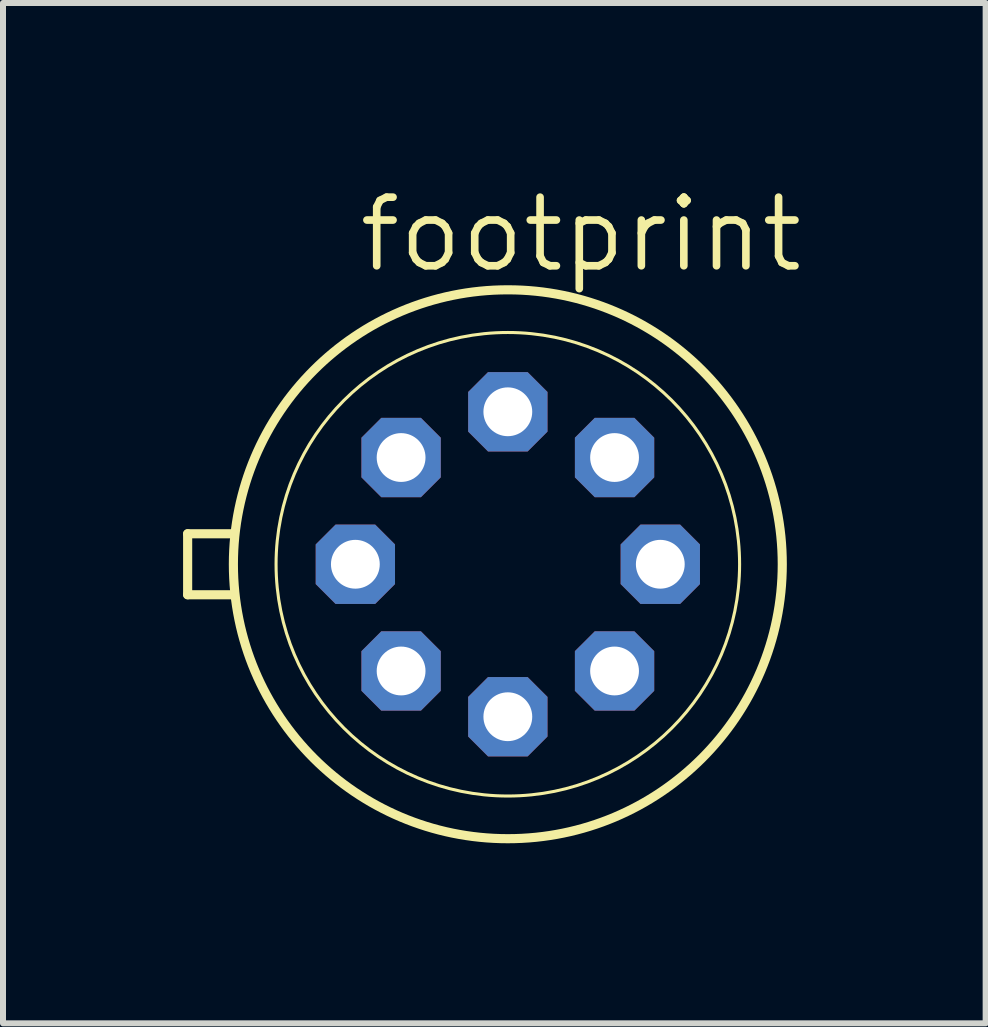
<source format=kicad_pcb>
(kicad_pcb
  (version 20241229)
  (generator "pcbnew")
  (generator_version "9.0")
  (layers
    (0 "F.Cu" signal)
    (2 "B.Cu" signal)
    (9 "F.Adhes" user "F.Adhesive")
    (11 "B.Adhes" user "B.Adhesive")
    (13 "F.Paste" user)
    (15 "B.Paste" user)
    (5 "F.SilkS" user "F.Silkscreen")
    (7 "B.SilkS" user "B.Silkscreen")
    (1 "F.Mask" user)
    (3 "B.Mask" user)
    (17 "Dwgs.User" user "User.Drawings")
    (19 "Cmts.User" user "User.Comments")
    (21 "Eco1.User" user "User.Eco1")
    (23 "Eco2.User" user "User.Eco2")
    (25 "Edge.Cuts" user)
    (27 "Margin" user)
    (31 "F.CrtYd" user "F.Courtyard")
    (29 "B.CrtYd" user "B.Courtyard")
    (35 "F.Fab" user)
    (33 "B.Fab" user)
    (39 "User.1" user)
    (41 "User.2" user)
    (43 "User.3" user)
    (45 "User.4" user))
  (footprint "footprint"
    (layer "F.Cu")
    (at 5.41 6.35)
    (property "Reference" "footprint" (at -2.54 -4.826 0) (layer "F.SilkS") (effects (font (size 1.143 1.143) (thickness 0.127)) (justify left bottom)))
    (fp_line (start -5.334 0.508) (end -5.334 -0.508) (stroke (width 0.152) (type solid)) (layer "F.SilkS"))
    (fp_line (start -5.334 0.508) (end -4.572 0.508) (stroke (width 0.152) (type solid)) (layer "F.SilkS"))
    (fp_line (start -4.572 -0.508) (end -5.334 -0.508) (stroke (width 0.152) (type solid)) (layer "F.SilkS"))
    (fp_circle (center 0 0) (end 3.861 0) (stroke (width 0.051) (type solid)) (fill no) (layer "F.SilkS"))
    (fp_circle (center 0 0) (end 4.572 0) (stroke (width 0.152) (type solid)) (fill no) (layer "F.SilkS"))
    (pad "1" thru_hole roundrect (at -1.778 1.778) (size 1.321 1.321) (drill 0.813) (layers "*.Cu" "*.Mask") (roundrect_rratio 0.25) (chamfer_ratio 0.25) (chamfer top_left top_right bottom_left bottom_right))
    (pad "2" thru_hole roundrect (at 0 2.54) (size 1.321 1.321) (drill 0.813) (layers "*.Cu" "*.Mask") (roundrect_rratio 0.25) (chamfer_ratio 0.25) (chamfer top_left top_right bottom_left bottom_right))
    (pad "3" thru_hole roundrect (at 1.778 1.778) (size 1.321 1.321) (drill 0.813) (layers "*.Cu" "*.Mask") (roundrect_rratio 0.25) (chamfer_ratio 0.25) (chamfer top_left top_right bottom_left bottom_right))
    (pad "4" thru_hole roundrect (at 2.54 0) (size 1.321 1.321) (drill 0.813) (layers "*.Cu" "*.Mask") (roundrect_rratio 0.25) (chamfer_ratio 0.25) (chamfer top_left top_right bottom_left bottom_right))
    (pad "5" thru_hole roundrect (at 1.778 -1.778) (size 1.321 1.321) (drill 0.813) (layers "*.Cu" "*.Mask") (roundrect_rratio 0.25) (chamfer_ratio 0.25) (chamfer top_left top_right bottom_left bottom_right))
    (pad "6" thru_hole roundrect (at 0 -2.54) (size 1.321 1.321) (drill 0.813) (layers "*.Cu" "*.Mask") (roundrect_rratio 0.25) (chamfer_ratio 0.25) (chamfer top_left top_right bottom_left bottom_right))
    (pad "7" thru_hole roundrect (at -1.778 -1.778) (size 1.321 1.321) (drill 0.813) (layers "*.Cu" "*.Mask") (roundrect_rratio 0.25) (chamfer_ratio 0.25) (chamfer top_left top_right bottom_left bottom_right))
    (pad "8" thru_hole roundrect (at -2.54 0) (size 1.321 1.321) (drill 0.813) (layers "*.Cu" "*.Mask") (roundrect_rratio 0.25) (chamfer_ratio 0.25) (chamfer top_left top_right bottom_left bottom_right)))
  (gr_rect
    (start -3 -3)
    (end 13.37 13.998)
    (stroke (width 0.1) (type default))
    (fill no)
    (layer "Edge.Cuts")))
</source>
